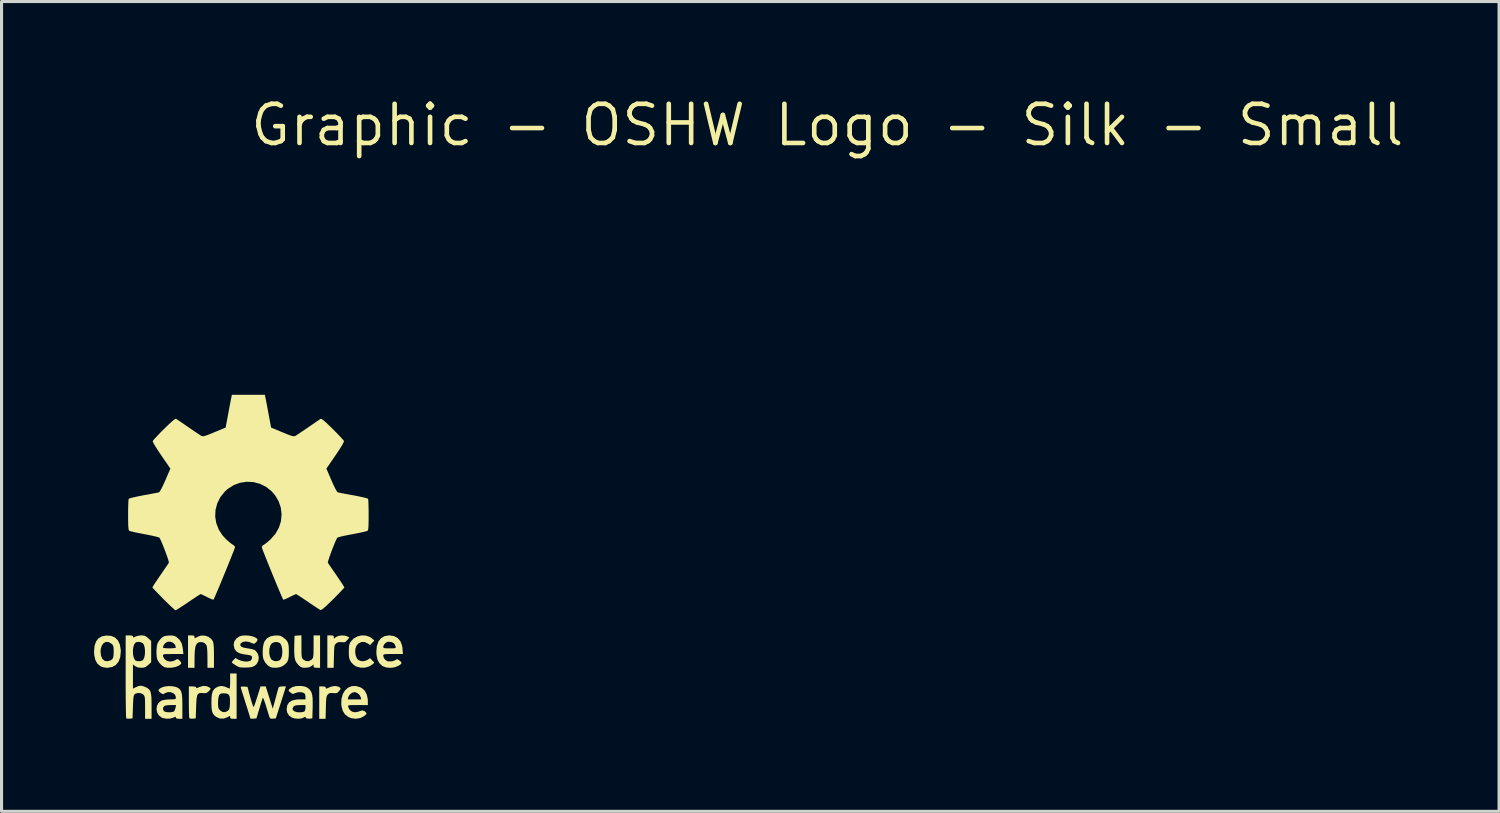
<source format=kicad_pcb>
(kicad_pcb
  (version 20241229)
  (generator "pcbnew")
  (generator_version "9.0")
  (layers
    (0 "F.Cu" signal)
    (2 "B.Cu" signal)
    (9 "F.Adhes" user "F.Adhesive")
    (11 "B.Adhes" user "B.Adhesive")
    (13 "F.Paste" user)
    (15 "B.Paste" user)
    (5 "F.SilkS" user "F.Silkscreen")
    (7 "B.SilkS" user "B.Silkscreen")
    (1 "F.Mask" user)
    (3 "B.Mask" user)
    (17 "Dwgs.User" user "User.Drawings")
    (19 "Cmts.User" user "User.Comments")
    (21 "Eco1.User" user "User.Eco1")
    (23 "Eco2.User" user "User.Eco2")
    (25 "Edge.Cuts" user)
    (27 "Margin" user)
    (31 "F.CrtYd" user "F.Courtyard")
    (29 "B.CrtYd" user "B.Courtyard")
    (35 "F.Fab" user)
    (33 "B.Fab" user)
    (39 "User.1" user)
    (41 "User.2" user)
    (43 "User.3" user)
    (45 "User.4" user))
  (footprint "Graphic - OSHW Logo - Silk - Small"
    (layer "F.Cu")
    (at 4.991 15.006)
    (property "Reference" "Graphic - OSHW Logo - Silk - Small" (at 0 -14 0) (layer "F.SilkS") (effects (font (size 1.27 1.27) (thickness 0.15)) (justify left)))
    (attr board_only exclude_from_pos_files exclude_from_bom allow_missing_courtyard)
    (fp_poly (pts (xy 2.748 2.552) (xy 2.778 2.57) (xy 2.784 2.602) (xy 2.784 2.657) (xy 2.853 2.602) (xy 2.937 2.564) (xy 3.045 2.549) (xy 3.154 2.558) (xy 3.226 2.584) (xy 3.288 2.618) (xy 3.218 2.7) (xy 3.168 2.753) (xy 3.12 2.772) (xy 3.05 2.769) (xy 3.038 2.768) (xy 2.953 2.764) (xy 2.89 2.786) (xy 2.863 2.805) (xy 2.837 2.829) (xy 2.819 2.856) (xy 2.806 2.895) (xy 2.799 2.958) (xy 2.793 3.051) (xy 2.789 3.186) (xy 2.788 3.228) (xy 2.779 3.599) (xy 2.574 3.599) (xy 2.574 2.548) (xy 2.679 2.548)) (stroke (width 0) (type solid)) (fill yes) (layer "F.SilkS"))
    (fp_poly (pts (xy 2.923 4.206) (xy 2.98 4.238) (xy 3.002 4.263) (xy 2.995 4.295) (xy 2.956 4.349) (xy 2.956 4.35) (xy 2.911 4.399) (xy 2.868 4.421) (xy 2.804 4.423) (xy 2.766 4.419) (xy 2.682 4.416) (xy 2.629 4.43) (xy 2.587 4.465) (xy 2.566 4.495) (xy 2.551 4.533) (xy 2.54 4.591) (xy 2.533 4.678) (xy 2.528 4.802) (xy 2.526 4.888) (xy 2.517 5.253) (xy 2.311 5.253) (xy 2.311 4.203) (xy 2.417 4.203) (xy 2.488 4.209) (xy 2.519 4.229) (xy 2.522 4.244) (xy 2.531 4.275) (xy 2.541 4.276) (xy 2.693 4.211) (xy 2.819 4.188)) (stroke (width 0) (type solid)) (fill yes) (layer "F.SilkS"))
    (fp_poly (pts (xy -1.332 4.197) (xy -1.246 4.24) (xy -1.216 4.266) (xy -1.215 4.291) (xy -1.247 4.331) (xy -1.269 4.355) (xy -1.326 4.405) (xy -1.381 4.423) (xy -1.453 4.42) (xy -1.529 4.416) (xy -1.585 4.424) (xy -1.624 4.453) (xy -1.65 4.508) (xy -1.666 4.597) (xy -1.675 4.726) (xy -1.681 4.864) (xy -1.694 5.24) (xy -1.787 5.248) (xy -1.854 5.248) (xy -1.896 5.239) (xy -1.899 5.237) (xy -1.905 5.206) (xy -1.91 5.131) (xy -1.914 5.02) (xy -1.916 4.882) (xy -1.917 4.725) (xy -1.917 4.711) (xy -1.917 4.203) (xy -1.799 4.203) (xy -1.719 4.209) (xy -1.684 4.228) (xy -1.681 4.239) (xy -1.67 4.256) (xy -1.632 4.248) (xy -1.576 4.223) (xy -1.452 4.186)) (stroke (width 0) (type solid)) (fill yes) (layer "F.SilkS"))
    (fp_poly (pts (xy -1.77 2.552) (xy -1.739 2.57) (xy -1.734 2.6) (xy -1.731 2.633) (xy -1.716 2.638) (xy -1.673 2.615) (xy -1.648 2.6) (xy -1.531 2.556) (xy -1.406 2.554) (xy -1.288 2.591) (xy -1.191 2.663) (xy -1.144 2.729) (xy -1.127 2.775) (xy -1.115 2.842) (xy -1.108 2.938) (xy -1.104 3.072) (xy -1.103 3.203) (xy -1.103 3.599) (xy -1.313 3.599) (xy -1.314 3.264) (xy -1.317 3.092) (xy -1.326 2.964) (xy -1.34 2.882) (xy -1.347 2.864) (xy -1.408 2.796) (xy -1.496 2.763) (xy -1.592 2.772) (xy -1.596 2.773) (xy -1.647 2.804) (xy -1.684 2.859) (xy -1.71 2.944) (xy -1.725 3.067) (xy -1.732 3.234) (xy -1.732 3.29) (xy -1.734 3.599) (xy -1.944 3.599) (xy -1.944 2.548) (xy -1.839 2.548)) (stroke (width 0) (type solid)) (fill yes) (layer "F.SilkS"))
    (fp_poly (pts (xy 3.82 2.554) (xy 3.952 2.598) (xy 4.039 2.66) (xy 4.098 2.715) (xy 4.028 2.788) (xy 3.958 2.861) (xy 3.886 2.81) (xy 3.782 2.763) (xy 3.679 2.763) (xy 3.587 2.805) (xy 3.517 2.885) (xy 3.482 2.987) (xy 3.477 3.101) (xy 3.497 3.212) (xy 3.538 3.303) (xy 3.579 3.348) (xy 3.67 3.383) (xy 3.775 3.382) (xy 3.874 3.345) (xy 3.886 3.337) (xy 3.958 3.285) (xy 4.028 3.358) (xy 4.098 3.431) (xy 4.039 3.487) (xy 3.928 3.557) (xy 3.793 3.594) (xy 3.649 3.594) (xy 3.513 3.557) (xy 3.489 3.546) (xy 3.413 3.489) (xy 3.343 3.413) (xy 3.332 3.396) (xy 3.3 3.336) (xy 3.281 3.273) (xy 3.272 3.19) (xy 3.27 3.073) (xy 3.273 2.953) (xy 3.282 2.869) (xy 3.302 2.806) (xy 3.328 2.757) (xy 3.421 2.653) (xy 3.543 2.583) (xy 3.68 2.55)) (stroke (width 0) (type solid)) (fill yes) (layer "F.SilkS"))
    (fp_poly (pts (xy 1.734 2.91) (xy 1.734 3.055) (xy 1.736 3.158) (xy 1.742 3.227) (xy 1.752 3.272) (xy 1.768 3.303) (xy 1.791 3.328) (xy 1.794 3.331) (xy 1.879 3.38) (xy 1.971 3.383) (xy 2.055 3.342) (xy 2.07 3.328) (xy 2.094 3.299) (xy 2.109 3.266) (xy 2.119 3.217) (xy 2.125 3.144) (xy 2.127 3.037) (xy 2.128 2.907) (xy 2.128 2.548) (xy 2.338 2.548) (xy 2.338 3.599) (xy 2.233 3.599) (xy 2.164 3.594) (xy 2.134 3.577) (xy 2.128 3.544) (xy 2.128 3.49) (xy 2.058 3.544) (xy 1.978 3.585) (xy 1.868 3.598) (xy 1.858 3.599) (xy 1.775 3.594) (xy 1.715 3.573) (xy 1.655 3.526) (xy 1.628 3.499) (xy 1.578 3.44) (xy 1.541 3.374) (xy 1.517 3.291) (xy 1.504 3.184) (xy 1.499 3.042) (xy 1.502 2.858) (xy 1.502 2.837) (xy 1.51 2.561) (xy 1.622 2.553) (xy 1.734 2.545)) (stroke (width 0) (type solid)) (fill yes) (layer "F.SilkS"))
    (fp_poly (pts (xy -4.44 2.563) (xy -4.314 2.615) (xy -4.218 2.709) (xy -4.155 2.842) (xy -4.126 3.013) (xy -4.124 3.073) (xy -4.142 3.254) (xy -4.196 3.399) (xy -4.283 3.506) (xy -4.402 3.573) (xy -4.551 3.598) (xy -4.563 3.599) (xy -4.672 3.586) (xy -4.77 3.555) (xy -4.78 3.55) (xy -4.883 3.466) (xy -4.951 3.342) (xy -4.986 3.179) (xy -4.991 3.077) (xy -4.99 3.073) (xy -4.781 3.073) (xy -4.765 3.212) (xy -4.72 3.312) (xy -4.65 3.372) (xy -4.557 3.387) (xy -4.454 3.358) (xy -4.405 3.326) (xy -4.374 3.276) (xy -4.358 3.197) (xy -4.354 3.08) (xy -4.354 3.047) (xy -4.358 2.95) (xy -4.37 2.889) (xy -4.395 2.847) (xy -4.426 2.817) (xy -4.517 2.764) (xy -4.603 2.759) (xy -4.68 2.798) (xy -4.738 2.874) (xy -4.773 2.985) (xy -4.781 3.073) (xy -4.99 3.073) (xy -4.976 2.893) (xy -4.929 2.75) (xy -4.851 2.646) (xy -4.738 2.581) (xy -4.596 2.553)) (stroke (width 0) (type solid)) (fill yes) (layer "F.SilkS"))
    (fp_poly (pts (xy 3.634 4.227) (xy 3.7 4.262) (xy 3.789 4.345) (xy 3.852 4.466) (xy 3.884 4.611) (xy 3.887 4.669) (xy 3.887 4.807) (xy 3.562 4.807) (xy 3.426 4.807) (xy 3.335 4.809) (xy 3.28 4.814) (xy 3.253 4.824) (xy 3.246 4.84) (xy 3.249 4.864) (xy 3.25 4.866) (xy 3.296 4.961) (xy 3.375 5.021) (xy 3.475 5.042) (xy 3.588 5.02) (xy 3.626 5.003) (xy 3.71 4.98) (xy 3.783 5.006) (xy 3.832 5.053) (xy 3.845 5.082) (xy 3.825 5.116) (xy 3.768 5.164) (xy 3.768 5.164) (xy 3.643 5.228) (xy 3.499 5.251) (xy 3.352 5.233) (xy 3.259 5.196) (xy 3.147 5.111) (xy 3.071 4.991) (xy 3.031 4.833) (xy 3.026 4.782) (xy 3.031 4.623) (xy 3.238 4.623) (xy 3.67 4.623) (xy 3.657 4.557) (xy 3.621 4.483) (xy 3.553 4.422) (xy 3.475 4.388) (xy 3.454 4.387) (xy 3.376 4.409) (xy 3.304 4.464) (xy 3.257 4.536) (xy 3.251 4.557) (xy 3.238 4.623) (xy 3.031 4.623) (xy 3.032 4.604) (xy 3.074 4.453) (xy 3.146 4.332) (xy 3.244 4.244) (xy 3.361 4.195) (xy 3.493 4.188)) (stroke (width 0) (type solid)) (fill yes) (layer "F.SilkS"))
    (fp_poly (pts (xy 1.048 2.563) (xy 1.109 2.593) (xy 1.127 2.605) (xy 1.213 2.67) (xy 1.27 2.735) (xy 1.305 2.812) (xy 1.322 2.915) (xy 1.326 3.056) (xy 1.326 3.073) (xy 1.322 3.219) (xy 1.307 3.325) (xy 1.275 3.405) (xy 1.22 3.47) (xy 1.138 3.534) (xy 1.13 3.539) (xy 1.037 3.579) (xy 0.919 3.598) (xy 0.8 3.594) (xy 0.722 3.574) (xy 0.634 3.515) (xy 0.555 3.423) (xy 0.502 3.318) (xy 0.496 3.3) (xy 0.48 3.195) (xy 0.478 3.112) (xy 0.69 3.112) (xy 0.708 3.225) (xy 0.749 3.314) (xy 0.769 3.337) (xy 0.847 3.378) (xy 0.941 3.384) (xy 1.026 3.355) (xy 1.034 3.35) (xy 1.069 3.302) (xy 1.098 3.226) (xy 1.106 3.193) (xy 1.115 3.079) (xy 1.106 2.965) (xy 1.08 2.867) (xy 1.041 2.803) (xy 1.034 2.797) (xy 0.952 2.764) (xy 0.858 2.766) (xy 0.777 2.803) (xy 0.769 2.809) (xy 0.72 2.886) (xy 0.694 2.993) (xy 0.69 3.112) (xy 0.478 3.112) (xy 0.477 3.068) (xy 0.486 2.939) (xy 0.506 2.825) (xy 0.536 2.744) (xy 0.536 2.743) (xy 0.614 2.645) (xy 0.713 2.585) (xy 0.844 2.556) (xy 0.879 2.553) (xy 0.979 2.551)) (stroke (width 0) (type solid)) (fill yes) (layer "F.SilkS"))
    (fp_poly (pts (xy -0.368 5.253) (xy -0.473 5.253) (xy -0.542 5.249) (xy -0.572 5.231) (xy -0.578 5.201) (xy -0.58 5.169) (xy -0.596 5.164) (xy -0.638 5.186) (xy -0.663 5.201) (xy -0.785 5.247) (xy -0.912 5.243) (xy -1.027 5.193) (xy -1.093 5.141) (xy -1.138 5.081) (xy -1.166 5.002) (xy -1.181 4.895) (xy -1.185 4.747) (xy -1.185 4.736) (xy -0.971 4.736) (xy -0.969 4.836) (xy -0.959 4.901) (xy -0.935 4.947) (xy -0.907 4.979) (xy -0.823 5.033) (xy -0.734 5.036) (xy -0.654 4.994) (xy -0.621 4.96) (xy -0.601 4.914) (xy -0.59 4.843) (xy -0.584 4.751) (xy -0.583 4.613) (xy -0.597 4.52) (xy -0.631 4.463) (xy -0.689 4.434) (xy -0.775 4.426) (xy -0.856 4.43) (xy -0.903 4.446) (xy -0.932 4.481) (xy -0.938 4.492) (xy -0.955 4.552) (xy -0.967 4.643) (xy -0.971 4.736) (xy -1.185 4.736) (xy -1.185 4.715) (xy -1.181 4.554) (xy -1.165 4.435) (xy -1.137 4.349) (xy -1.092 4.287) (xy -1.045 4.249) (xy -0.951 4.202) (xy -0.857 4.188) (xy -0.75 4.209) (xy -0.619 4.265) (xy -0.598 4.276) (xy -0.589 4.256) (xy -0.583 4.194) (xy -0.579 4.102) (xy -0.578 4.034) (xy -0.578 3.782) (xy -0.368 3.782)) (stroke (width 0) (type solid)) (fill yes) (layer "F.SilkS"))
    (fp_poly (pts (xy 4.734 2.57) (xy 4.855 2.635) (xy 4.944 2.739) (xy 4.998 2.88) (xy 5.012 2.982) (xy 5.023 3.152) (xy 4.705 3.152) (xy 4.571 3.152) (xy 4.482 3.154) (xy 4.427 3.16) (xy 4.399 3.171) (xy 4.388 3.188) (xy 4.387 3.213) (xy 4.409 3.286) (xy 4.463 3.351) (xy 4.532 3.388) (xy 4.552 3.391) (xy 4.677 3.388) (xy 4.762 3.361) (xy 4.786 3.344) (xy 4.82 3.321) (xy 4.855 3.326) (xy 4.912 3.362) (xy 4.912 3.362) (xy 4.967 3.41) (xy 4.978 3.45) (xy 4.944 3.492) (xy 4.87 3.539) (xy 4.749 3.585) (xy 4.612 3.601) (xy 4.477 3.587) (xy 4.365 3.544) (xy 4.358 3.539) (xy 4.261 3.45) (xy 4.198 3.33) (xy 4.168 3.175) (xy 4.163 3.073) (xy 4.178 2.916) (xy 4.387 2.916) (xy 4.391 2.942) (xy 4.411 2.958) (xy 4.459 2.965) (xy 4.543 2.968) (xy 4.593 2.968) (xy 4.696 2.968) (xy 4.757 2.963) (xy 4.785 2.952) (xy 4.791 2.931) (xy 4.787 2.904) (xy 4.748 2.818) (xy 4.671 2.768) (xy 4.556 2.754) (xy 4.538 2.755) (xy 4.475 2.781) (xy 4.419 2.836) (xy 4.388 2.901) (xy 4.387 2.916) (xy 4.178 2.916) (xy 4.181 2.89) (xy 4.232 2.744) (xy 4.316 2.637) (xy 4.431 2.572) (xy 4.576 2.548) (xy 4.584 2.548)) (stroke (width 0) (type solid)) (fill yes) (layer "F.SilkS"))
    (fp_poly (pts (xy 0.045 2.558) (xy 0.158 2.583) (xy 0.204 2.6) (xy 0.281 2.642) (xy 0.31 2.684) (xy 0.294 2.733) (xy 0.259 2.775) (xy 0.211 2.815) (xy 0.169 2.815) (xy 0.15 2.807) (xy 0.036 2.761) (xy -0.074 2.745) (xy -0.166 2.759) (xy -0.23 2.802) (xy -0.24 2.817) (xy -0.251 2.87) (xy -0.22 2.912) (xy -0.143 2.944) (xy -0.017 2.968) (xy 0.001 2.97) (xy 0.126 2.992) (xy 0.21 3.021) (xy 0.254 3.051) (xy 0.323 3.148) (xy 0.35 3.259) (xy 0.337 3.373) (xy 0.284 3.473) (xy 0.229 3.525) (xy 0.166 3.561) (xy 0.089 3.581) (xy -0.019 3.589) (xy -0.039 3.59) (xy -0.14 3.591) (xy -0.224 3.587) (xy -0.274 3.581) (xy -0.33 3.557) (xy -0.399 3.519) (xy -0.465 3.476) (xy -0.512 3.438) (xy -0.525 3.419) (xy -0.508 3.388) (xy -0.466 3.342) (xy -0.463 3.339) (xy -0.401 3.281) (xy -0.305 3.338) (xy -0.215 3.374) (xy -0.111 3.394) (xy -0.01 3.395) (xy 0.069 3.377) (xy 0.09 3.364) (xy 0.123 3.311) (xy 0.131 3.268) (xy 0.128 3.234) (xy 0.111 3.211) (xy 0.071 3.195) (xy -0.002 3.18) (xy -0.117 3.164) (xy -0.118 3.164) (xy -0.26 3.133) (xy -0.36 3.081) (xy -0.425 3.003) (xy -0.438 2.975) (xy -0.465 2.853) (xy -0.442 2.741) (xy -0.37 2.645) (xy -0.271 2.577) (xy -0.189 2.555) (xy -0.077 2.549)) (stroke (width 0) (type solid)) (fill yes) (layer "F.SilkS"))
    (fp_poly (pts (xy 1.755 4.192) (xy 1.858 4.211) (xy 1.931 4.246) (xy 1.987 4.293) (xy 2.031 4.345) (xy 2.062 4.405) (xy 2.083 4.482) (xy 2.095 4.584) (xy 2.099 4.721) (xy 2.097 4.9) (xy 2.096 4.925) (xy 2.088 5.24) (xy 1.99 5.248) (xy 1.914 5.246) (xy 1.878 5.222) (xy 1.875 5.216) (xy 1.858 5.19) (xy 1.829 5.198) (xy 1.804 5.214) (xy 1.73 5.242) (xy 1.628 5.251) (xy 1.519 5.241) (xy 1.427 5.215) (xy 1.329 5.146) (xy 1.27 5.045) (xy 1.254 4.942) (xy 1.258 4.912) (xy 1.446 4.912) (xy 1.454 4.968) (xy 1.505 5.012) (xy 1.593 5.038) (xy 1.665 5.043) (xy 1.749 5.038) (xy 1.813 5.023) (xy 1.833 5.012) (xy 1.855 4.965) (xy 1.865 4.895) (xy 1.865 4.894) (xy 1.865 4.807) (xy 1.696 4.807) (xy 1.581 4.813) (xy 1.51 4.832) (xy 1.486 4.848) (xy 1.446 4.912) (xy 1.258 4.912) (xy 1.273 4.816) (xy 1.331 4.723) (xy 1.429 4.66) (xy 1.569 4.628) (xy 1.675 4.623) (xy 1.865 4.623) (xy 1.865 4.532) (xy 1.851 4.453) (xy 1.814 4.414) (xy 1.726 4.39) (xy 1.621 4.392) (xy 1.525 4.421) (xy 1.52 4.423) (xy 1.469 4.444) (xy 1.427 4.436) (xy 1.376 4.399) (xy 1.328 4.358) (xy 1.317 4.33) (xy 1.339 4.297) (xy 1.35 4.284) (xy 1.436 4.226) (xy 1.557 4.192) (xy 1.703 4.187)) (stroke (width 0) (type solid)) (fill yes) (layer "F.SilkS"))
    (fp_poly (pts (xy 1.194 4.327) (xy 1.172 4.397) (xy 1.138 4.504) (xy 1.096 4.636) (xy 1.05 4.781) (xy 1.029 4.846) (xy 0.903 5.24) (xy 0.808 5.248) (xy 0.744 5.249) (xy 0.71 5.226) (xy 0.687 5.169) (xy 0.668 5.108) (xy 0.638 5.012) (xy 0.603 4.895) (xy 0.576 4.807) (xy 0.541 4.7) (xy 0.511 4.62) (xy 0.488 4.575) (xy 0.478 4.57) (xy 0.465 4.61) (xy 0.441 4.688) (xy 0.409 4.795) (xy 0.371 4.918) (xy 0.369 4.925) (xy 0.274 5.24) (xy 0.177 5.248) (xy 0.114 5.25) (xy 0.08 5.245) (xy 0.079 5.243) (xy 0.071 5.215) (xy 0.05 5.145) (xy 0.017 5.04) (xy -0.024 4.909) (xy -0.072 4.759) (xy -0.079 4.737) (xy -0.127 4.584) (xy -0.17 4.449) (xy -0.204 4.338) (xy -0.227 4.26) (xy -0.236 4.223) (xy -0.236 4.222) (xy -0.213 4.21) (xy -0.155 4.206) (xy -0.126 4.208) (xy -0.016 4.216) (xy 0.074 4.55) (xy 0.109 4.672) (xy 0.141 4.773) (xy 0.166 4.843) (xy 0.181 4.873) (xy 0.183 4.873) (xy 0.197 4.845) (xy 0.223 4.777) (xy 0.257 4.677) (xy 0.296 4.557) (xy 0.304 4.532) (xy 0.407 4.203) (xy 0.492 4.203) (xy 0.576 4.203) (xy 0.804 4.925) (xy 0.89 4.61) (xy 0.924 4.485) (xy 0.953 4.375) (xy 0.976 4.293) (xy 0.988 4.249) (xy 0.988 4.249) (xy 1.012 4.218) (xy 1.068 4.204) (xy 1.117 4.203) (xy 1.232 4.203)) (stroke (width 0) (type solid)) (fill yes) (layer "F.SilkS"))
    (fp_poly (pts (xy -2.456 4.196) (xy -2.339 4.22) (xy -2.291 4.239) (xy -2.234 4.274) (xy -2.192 4.317) (xy -2.163 4.376) (xy -2.143 4.458) (xy -2.133 4.572) (xy -2.128 4.726) (xy -2.128 4.845) (xy -2.128 5.253) (xy -2.233 5.253) (xy -2.305 5.247) (xy -2.336 5.226) (xy -2.338 5.213) (xy -2.343 5.189) (xy -2.368 5.191) (xy -2.415 5.213) (xy -2.522 5.245) (xy -2.647 5.25) (xy -2.765 5.227) (xy -2.799 5.213) (xy -2.889 5.143) (xy -2.945 5.049) (xy -2.965 4.944) (xy -2.755 4.944) (xy -2.73 5.001) (xy -2.712 5.015) (xy -2.65 5.034) (xy -2.567 5.042) (xy -2.482 5.038) (xy -2.416 5.022) (xy -2.394 5.008) (xy -2.368 4.958) (xy -2.348 4.89) (xy -2.331 4.807) (xy -2.494 4.807) (xy -2.589 4.811) (xy -2.669 4.822) (xy -2.707 4.834) (xy -2.748 4.881) (xy -2.755 4.944) (xy -2.965 4.944) (xy -2.966 4.942) (xy -2.951 4.835) (xy -2.903 4.741) (xy -2.819 4.671) (xy -2.797 4.66) (xy -2.724 4.641) (xy -2.621 4.628) (xy -2.522 4.623) (xy -2.426 4.622) (xy -2.371 4.616) (xy -2.345 4.602) (xy -2.338 4.575) (xy -2.338 4.557) (xy -2.361 4.48) (xy -2.42 4.422) (xy -2.504 4.39) (xy -2.597 4.387) (xy -2.687 4.419) (xy -2.699 4.427) (xy -2.741 4.451) (xy -2.779 4.447) (xy -2.832 4.412) (xy -2.837 4.409) (xy -2.891 4.36) (xy -2.902 4.32) (xy -2.866 4.279) (xy -2.808 4.242) (xy -2.712 4.208) (xy -2.588 4.192)) (stroke (width 0) (type solid)) (fill yes) (layer "F.SilkS"))
    (fp_poly (pts (xy -2.398 2.561) (xy -2.338 2.589) (xy -2.313 2.605) (xy -2.215 2.694) (xy -2.15 2.808) (xy -2.115 2.958) (xy -2.111 2.99) (xy -2.094 3.152) (xy -2.426 3.152) (xy -2.563 3.153) (xy -2.656 3.155) (xy -2.714 3.16) (xy -2.744 3.171) (xy -2.756 3.186) (xy -2.758 3.203) (xy -2.742 3.257) (xy -2.701 3.32) (xy -2.697 3.325) (xy -2.619 3.379) (xy -2.518 3.397) (xy -2.412 3.378) (xy -2.354 3.348) (xy -2.304 3.319) (xy -2.27 3.32) (xy -2.229 3.354) (xy -2.213 3.37) (xy -2.17 3.418) (xy -2.163 3.451) (xy -2.182 3.483) (xy -2.254 3.536) (xy -2.36 3.575) (xy -2.483 3.597) (xy -2.606 3.598) (xy -2.711 3.577) (xy -2.719 3.573) (xy -2.79 3.526) (xy -2.864 3.45) (xy -2.923 3.365) (xy -2.94 3.328) (xy -2.959 3.243) (xy -2.967 3.129) (xy -2.965 3.004) (xy -2.959 2.943) (xy -2.758 2.943) (xy -2.734 2.955) (xy -2.67 2.964) (xy -2.577 2.968) (xy -2.548 2.968) (xy -2.45 2.965) (xy -2.377 2.958) (xy -2.34 2.947) (xy -2.338 2.943) (xy -2.361 2.857) (xy -2.422 2.791) (xy -2.507 2.754) (xy -2.602 2.754) (xy -2.623 2.761) (xy -2.691 2.806) (xy -2.741 2.878) (xy -2.758 2.943) (xy -2.959 2.943) (xy -2.954 2.889) (xy -2.933 2.806) (xy -2.932 2.803) (xy -2.888 2.729) (xy -2.826 2.654) (xy -2.813 2.641) (xy -2.756 2.595) (xy -2.694 2.569) (xy -2.608 2.556) (xy -2.567 2.553) (xy -2.467 2.551)) (stroke (width 0) (type solid)) (fill yes) (layer "F.SilkS"))
    (fp_poly (pts (xy -3.771 2.553) (xy -3.735 2.57) (xy -3.73 2.588) (xy -3.725 2.612) (xy -3.7 2.611) (xy -3.652 2.588) (xy -3.576 2.563) (xy -3.482 2.549) (xy -3.455 2.548) (xy -3.371 2.555) (xy -3.305 2.583) (xy -3.237 2.638) (xy -3.139 2.728) (xy -3.139 3.419) (xy -3.237 3.509) (xy -3.308 3.565) (xy -3.373 3.592) (xy -3.459 3.599) (xy -3.463 3.599) (xy -3.578 3.586) (xy -3.661 3.544) (xy -3.73 3.49) (xy -3.73 4.276) (xy -3.632 4.226) (xy -3.54 4.188) (xy -3.46 4.181) (xy -3.37 4.205) (xy -3.318 4.227) (xy -3.252 4.262) (xy -3.203 4.303) (xy -3.168 4.357) (xy -3.146 4.433) (xy -3.133 4.539) (xy -3.127 4.682) (xy -3.126 4.845) (xy -3.126 5.253) (xy -3.336 5.253) (xy -3.336 4.891) (xy -3.337 4.744) (xy -3.339 4.64) (xy -3.345 4.569) (xy -3.356 4.523) (xy -3.373 4.491) (xy -3.389 4.47) (xy -3.464 4.425) (xy -3.557 4.414) (xy -3.646 4.437) (xy -3.666 4.45) (xy -3.686 4.47) (xy -3.701 4.501) (xy -3.712 4.553) (xy -3.719 4.633) (xy -3.726 4.751) (xy -3.73 4.864) (xy -3.743 5.24) (xy -3.836 5.248) (xy -3.903 5.248) (xy -3.945 5.239) (xy -3.948 5.237) (xy -3.951 5.208) (xy -3.955 5.131) (xy -3.958 5.012) (xy -3.96 4.855) (xy -3.963 4.666) (xy -3.965 4.45) (xy -3.966 4.211) (xy -3.966 3.955) (xy -3.966 3.883) (xy -3.966 3.046) (xy -3.732 3.046) (xy -3.727 3.162) (xy -3.705 3.268) (xy -3.665 3.345) (xy -3.641 3.368) (xy -3.579 3.386) (xy -3.498 3.384) (xy -3.427 3.364) (xy -3.404 3.348) (xy -3.366 3.279) (xy -3.344 3.178) (xy -3.338 3.061) (xy -3.348 2.947) (xy -3.375 2.853) (xy -3.402 2.81) (xy -3.464 2.773) (xy -3.547 2.758) (xy -3.623 2.769) (xy -3.641 2.778) (xy -3.689 2.838) (xy -3.719 2.933) (xy -3.732 3.046) (xy -3.966 3.046) (xy -3.966 2.548) (xy -3.848 2.548)) (stroke (width 0) (type solid)) (fill yes) (layer "F.SilkS"))
    (fp_poly (pts (xy 0.576 -5.115) (xy 0.591 -5.04) (xy 0.613 -4.926) (xy 0.639 -4.787) (xy 0.667 -4.637) (xy 0.677 -4.584) (xy 0.75 -4.191) (xy 1.113 -4.04) (xy 1.259 -3.98) (xy 1.364 -3.94) (xy 1.438 -3.917) (xy 1.487 -3.909) (xy 1.521 -3.913) (xy 1.532 -3.918) (xy 1.571 -3.942) (xy 1.645 -3.991) (xy 1.745 -4.058) (xy 1.863 -4.138) (xy 1.955 -4.201) (xy 2.08 -4.286) (xy 2.19 -4.362) (xy 2.279 -4.422) (xy 2.339 -4.463) (xy 2.359 -4.476) (xy 2.389 -4.469) (xy 2.447 -4.427) (xy 2.537 -4.349) (xy 2.658 -4.234) (xy 2.746 -4.148) (xy 2.858 -4.035) (xy 2.957 -3.933) (xy 3.036 -3.848) (xy 3.091 -3.786) (xy 3.113 -3.754) (xy 3.113 -3.754) (xy 3.103 -3.715) (xy 3.063 -3.637) (xy 2.993 -3.523) (xy 2.896 -3.375) (xy 2.835 -3.285) (xy 2.543 -2.86) (xy 2.706 -2.482) (xy 2.772 -2.334) (xy 2.829 -2.216) (xy 2.875 -2.134) (xy 2.907 -2.094) (xy 2.912 -2.091) (xy 2.951 -2.082) (xy 3.032 -2.066) (xy 3.147 -2.044) (xy 3.285 -2.018) (xy 3.415 -1.995) (xy 3.564 -1.966) (xy 3.696 -1.938) (xy 3.8 -1.913) (xy 3.869 -1.893) (xy 3.894 -1.881) (xy 3.9 -1.847) (xy 3.905 -1.768) (xy 3.909 -1.655) (xy 3.912 -1.516) (xy 3.913 -1.363) (xy 3.912 -1.176) (xy 3.909 -1.037) (xy 3.904 -0.939) (xy 3.895 -0.878) (xy 3.883 -0.848) (xy 3.88 -0.845) (xy 3.844 -0.832) (xy 3.766 -0.811) (xy 3.654 -0.786) (xy 3.517 -0.758) (xy 3.388 -0.734) (xy 3.237 -0.705) (xy 3.104 -0.678) (xy 2.998 -0.653) (xy 2.926 -0.633) (xy 2.9 -0.621) (xy 2.876 -0.582) (xy 2.84 -0.507) (xy 2.797 -0.405) (xy 2.75 -0.287) (xy 2.702 -0.163) (xy 2.659 -0.043) (xy 2.623 0.062) (xy 2.599 0.142) (xy 2.59 0.187) (xy 2.591 0.192) (xy 2.612 0.223) (xy 2.657 0.29) (xy 2.721 0.384) (xy 2.799 0.498) (xy 2.868 0.597) (xy 2.952 0.721) (xy 3.025 0.829) (xy 3.081 0.916) (xy 3.116 0.973) (xy 3.126 0.992) (xy 3.108 1.016) (xy 3.058 1.071) (xy 2.983 1.15) (xy 2.887 1.249) (xy 2.776 1.361) (xy 2.76 1.377) (xy 2.625 1.51) (xy 2.521 1.608) (xy 2.445 1.675) (xy 2.392 1.712) (xy 2.359 1.725) (xy 2.35 1.724) (xy 2.314 1.704) (xy 2.243 1.659) (xy 2.145 1.595) (xy 2.03 1.517) (xy 1.942 1.457) (xy 1.82 1.375) (xy 1.714 1.304) (xy 1.63 1.249) (xy 1.575 1.216) (xy 1.559 1.208) (xy 1.528 1.22) (xy 1.463 1.25) (xy 1.377 1.292) (xy 1.349 1.306) (xy 1.26 1.35) (xy 1.189 1.38) (xy 1.149 1.391) (xy 1.144 1.389) (xy 1.129 1.36) (xy 1.096 1.288) (xy 1.05 1.182) (xy 0.993 1.047) (xy 0.928 0.892) (xy 0.858 0.722) (xy 0.785 0.545) (xy 0.713 0.368) (xy 0.644 0.197) (xy 0.581 0.04) (xy 0.527 -0.097) (xy 0.484 -0.206) (xy 0.457 -0.281) (xy 0.447 -0.314) (xy 0.447 -0.314) (xy 0.468 -0.358) (xy 0.508 -0.387) (xy 0.556 -0.418) (xy 0.628 -0.474) (xy 0.71 -0.546) (xy 0.731 -0.565) (xy 0.889 -0.744) (xy 1.002 -0.942) (xy 1.069 -1.153) (xy 1.09 -1.371) (xy 1.066 -1.588) (xy 0.996 -1.798) (xy 0.88 -1.995) (xy 0.77 -2.122) (xy 0.591 -2.267) (xy 0.391 -2.367) (xy 0.178 -2.423) (xy -0.041 -2.434) (xy -0.258 -2.401) (xy -0.465 -2.323) (xy -0.656 -2.201) (xy -0.744 -2.122) (xy -0.893 -1.939) (xy -0.995 -1.737) (xy -1.052 -1.524) (xy -1.063 -1.306) (xy -1.027 -1.09) (xy -0.947 -0.882) (xy -0.821 -0.689) (xy -0.705 -0.565) (xy -0.622 -0.491) (xy -0.546 -0.43) (xy -0.491 -0.392) (xy -0.482 -0.387) (xy -0.435 -0.35) (xy -0.42 -0.314) (xy -0.43 -0.282) (xy -0.457 -0.208) (xy -0.499 -0.1) (xy -0.553 0.036) (xy -0.616 0.193) (xy -0.685 0.363) (xy -0.757 0.54) (xy -0.83 0.717) (xy -0.9 0.887) (xy -0.965 1.043) (xy -1.023 1.178) (xy -1.069 1.286) (xy -1.102 1.358) (xy -1.118 1.389) (xy -1.118 1.389) (xy -1.146 1.385) (xy -1.209 1.361) (xy -1.294 1.321) (xy -1.323 1.306) (xy -1.414 1.261) (xy -1.486 1.227) (xy -1.528 1.209) (xy -1.532 1.208) (xy -1.559 1.222) (xy -1.622 1.262) (xy -1.713 1.321) (xy -1.826 1.396) (xy -1.936 1.471) (xy -2.062 1.556) (xy -2.174 1.629) (xy -2.264 1.687) (xy -2.325 1.723) (xy -2.349 1.734) (xy -2.376 1.716) (xy -2.433 1.666) (xy -2.515 1.591) (xy -2.615 1.495) (xy -2.727 1.384) (xy -2.739 1.372) (xy -2.85 1.259) (xy -2.948 1.159) (xy -3.025 1.077) (xy -3.078 1.019) (xy -3.099 0.992) (xy -3.099 0.991) (xy -3.085 0.964) (xy -3.046 0.901) (xy -2.986 0.81) (xy -2.911 0.699) (xy -2.841 0.597) (xy -2.756 0.473) (xy -2.68 0.362) (xy -2.619 0.273) (xy -2.579 0.213) (xy -2.565 0.192) (xy -2.568 0.159) (xy -2.589 0.088) (xy -2.621 -0.011) (xy -2.663 -0.127) (xy -2.71 -0.251) (xy -2.757 -0.372) (xy -2.802 -0.479) (xy -2.84 -0.564) (xy -2.868 -0.614) (xy -2.873 -0.621) (xy -2.908 -0.635) (xy -2.985 -0.656) (xy -3.096 -0.682) (xy -3.232 -0.71) (xy -3.362 -0.735) (xy -3.513 -0.764) (xy -3.647 -0.791) (xy -3.754 -0.816) (xy -3.827 -0.835) (xy -3.855 -0.846) (xy -3.867 -0.873) (xy -3.876 -0.931) (xy -3.883 -1.027) (xy -3.886 -1.165) (xy -3.887 -1.351) (xy -3.887 -1.363) (xy -3.886 -1.519) (xy -3.883 -1.658) (xy -3.879 -1.77) (xy -3.873 -1.848) (xy -3.867 -1.881) (xy -3.836 -1.895) (xy -3.762 -1.916) (xy -3.654 -1.941) (xy -3.52 -1.97) (xy -3.388 -1.995) (xy -3.237 -2.022) (xy -3.101 -2.048) (xy -2.991 -2.069) (xy -2.916 -2.084) (xy -2.886 -2.091) (xy -2.859 -2.12) (xy -2.816 -2.192) (xy -2.761 -2.301) (xy -2.697 -2.442) (xy -2.679 -2.482) (xy -2.516 -2.86) (xy -2.809 -3.285) (xy -2.919 -3.45) (xy -3.004 -3.582) (xy -3.06 -3.679) (xy -3.086 -3.739) (xy -3.087 -3.754) (xy -3.065 -3.786) (xy -3.011 -3.848) (xy -2.931 -3.933) (xy -2.833 -4.035) (xy -2.721 -4.147) (xy -2.72 -4.148) (xy -2.577 -4.287) (xy -2.468 -4.387) (xy -2.391 -4.45) (xy -2.345 -4.477) (xy -2.333 -4.477) (xy -2.301 -4.455) (xy -2.233 -4.41) (xy -2.138 -4.345) (xy -2.024 -4.267) (xy -1.931 -4.203) (xy -1.805 -4.116) (xy -1.691 -4.039) (xy -1.597 -3.976) (xy -1.531 -3.934) (xy -1.507 -3.919) (xy -1.478 -3.91) (xy -1.437 -3.912) (xy -1.377 -3.927) (xy -1.289 -3.958) (xy -1.166 -4.007) (xy -1.087 -4.04) (xy -0.724 -4.191) (xy -0.651 -4.584) (xy -0.623 -4.735) (xy -0.596 -4.879) (xy -0.572 -5.003) (xy -0.554 -5.094) (xy -0.55 -5.115) (xy -0.522 -5.253) (xy 0.548 -5.253)) (stroke (width 0) (type solid)) (fill yes) (layer "F.SilkS")))
  (gr_rect
    (start -3 -3)
    (end 45.561 23.26)
    (stroke (width 0.1) (type default))
    (fill no)
    (layer "Edge.Cuts")))
</source>
